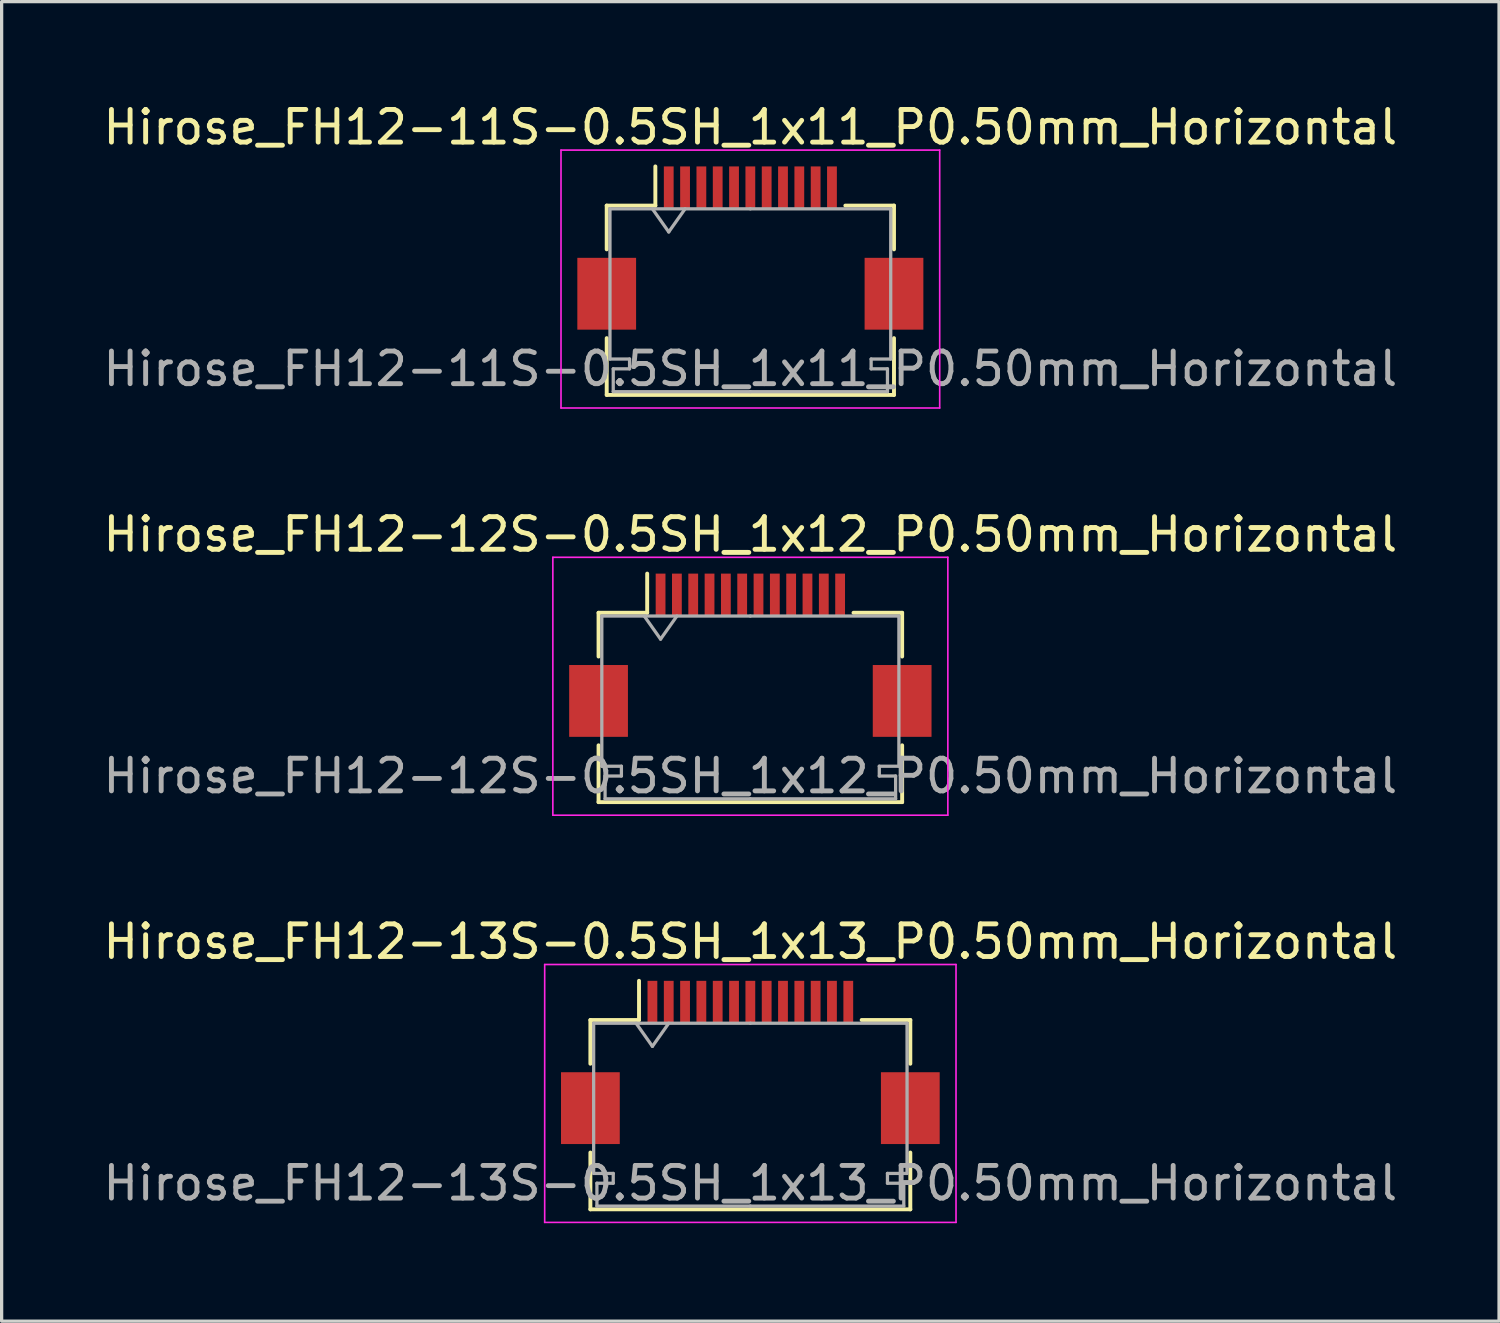
<source format=kicad_pcb>
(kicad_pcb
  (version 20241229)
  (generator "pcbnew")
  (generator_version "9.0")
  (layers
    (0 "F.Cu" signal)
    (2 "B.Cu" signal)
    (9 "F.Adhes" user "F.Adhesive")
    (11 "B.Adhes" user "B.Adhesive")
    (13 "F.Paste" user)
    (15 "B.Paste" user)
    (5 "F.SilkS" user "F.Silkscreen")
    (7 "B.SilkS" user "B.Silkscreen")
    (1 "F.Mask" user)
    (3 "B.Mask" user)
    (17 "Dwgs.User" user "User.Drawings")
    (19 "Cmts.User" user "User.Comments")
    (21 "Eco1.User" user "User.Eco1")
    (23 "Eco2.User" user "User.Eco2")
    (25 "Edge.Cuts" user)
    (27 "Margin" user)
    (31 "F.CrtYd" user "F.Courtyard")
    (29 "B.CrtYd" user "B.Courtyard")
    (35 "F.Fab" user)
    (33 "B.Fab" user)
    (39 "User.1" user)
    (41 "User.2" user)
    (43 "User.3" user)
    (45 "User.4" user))
  (footprint "Hirose_FH12-13S-0.5SH_1x13_P0.50mm_Horizontal"
    (layer "F.Cu")
    (at 19.935 29.495)
    (property "Reference" "Hirose_FH12-13S-0.5SH_1x13_P0.50mm_Horizontal" (at 0 -3.7 0) (layer "F.SilkS") (effects (font (size 1 1) (thickness 0.15))))
    (attr smd)
    (fp_line (start -4.9 -1.3) (end -4.9 0.04) (stroke (width 0.12) (type solid)) (layer "F.SilkS"))
    (fp_line (start -4.9 2.76) (end -4.9 4.5) (stroke (width 0.12) (type solid)) (layer "F.SilkS"))
    (fp_line (start -4.9 4.5) (end 4.9 4.5) (stroke (width 0.12) (type solid)) (layer "F.SilkS"))
    (fp_line (start -3.41 -1.3) (end -4.9 -1.3) (stroke (width 0.12) (type solid)) (layer "F.SilkS"))
    (fp_line (start -3.41 -1.3) (end -3.41 -2.5) (stroke (width 0.12) (type solid)) (layer "F.SilkS"))
    (fp_line (start 3.41 -1.3) (end 4.9 -1.3) (stroke (width 0.12) (type solid)) (layer "F.SilkS"))
    (fp_line (start 4.9 -1.3) (end 4.9 0.04) (stroke (width 0.12) (type solid)) (layer "F.SilkS"))
    (fp_line (start 4.9 4.5) (end 4.9 2.76) (stroke (width 0.12) (type solid)) (layer "F.SilkS"))
    (fp_line (start -6.3 -3) (end -6.3 4.9) (stroke (width 0.05) (type solid)) (layer "F.CrtYd"))
    (fp_line (start -6.3 4.9) (end 6.3 4.9) (stroke (width 0.05) (type solid)) (layer "F.CrtYd"))
    (fp_line (start 6.3 -3) (end -6.3 -3) (stroke (width 0.05) (type solid)) (layer "F.CrtYd"))
    (fp_line (start 6.3 4.9) (end 6.3 -3) (stroke (width 0.05) (type solid)) (layer "F.CrtYd"))
    (fp_line (start -4.8 -1.2) (end -4.8 3.4) (stroke (width 0.1) (type solid)) (layer "F.Fab"))
    (fp_line (start -4.8 3.4) (end -4.2 3.4) (stroke (width 0.1) (type solid)) (layer "F.Fab"))
    (fp_line (start -4.7 3.7) (end -4.7 4.4) (stroke (width 0.1) (type solid)) (layer "F.Fab"))
    (fp_line (start -4.7 4.4) (end 0 4.4) (stroke (width 0.1) (type solid)) (layer "F.Fab"))
    (fp_line (start -4.2 3.4) (end -4.2 3.7) (stroke (width 0.1) (type solid)) (layer "F.Fab"))
    (fp_line (start -4.2 3.7) (end -4.7 3.7) (stroke (width 0.1) (type solid)) (layer "F.Fab"))
    (fp_line (start -3.5 -1.2) (end -3 -0.493) (stroke (width 0.1) (type solid)) (layer "F.Fab"))
    (fp_line (start -3 -0.493) (end -2.5 -1.2) (stroke (width 0.1) (type solid)) (layer "F.Fab"))
    (fp_line (start 0 -1.2) (end -4.8 -1.2) (stroke (width 0.1) (type solid)) (layer "F.Fab"))
    (fp_line (start 0 -1.2) (end 4.8 -1.2) (stroke (width 0.1) (type solid)) (layer "F.Fab"))
    (fp_line (start 4.2 3.4) (end 4.2 3.7) (stroke (width 0.1) (type solid)) (layer "F.Fab"))
    (fp_line (start 4.2 3.7) (end 4.7 3.7) (stroke (width 0.1) (type solid)) (layer "F.Fab"))
    (fp_line (start 4.7 3.7) (end 4.7 4.4) (stroke (width 0.1) (type solid)) (layer "F.Fab"))
    (fp_line (start 4.7 4.4) (end 0 4.4) (stroke (width 0.1) (type solid)) (layer "F.Fab"))
    (fp_line (start 4.8 -1.2) (end 4.8 3.4) (stroke (width 0.1) (type solid)) (layer "F.Fab"))
    (fp_line (start 4.8 3.4) (end 4.2 3.4) (stroke (width 0.1) (type solid)) (layer "F.Fab"))
    (fp_text user "${REFERENCE}" (at 0 3.7 0) (layer "F.Fab") (effects (font (size 1 1) (thickness 0.15))))
    (pad "" smd rect (at -4.9 1.4) (size 1.8 2.2) (layers "F.Cu" "F.Mask" "F.Paste"))
    (pad "" smd rect (at 4.9 1.4) (size 1.8 2.2) (layers "F.Cu" "F.Mask" "F.Paste"))
    (pad "1" smd rect (at -3 -1.85) (size 0.3 1.3) (layers "F.Cu" "F.Mask" "F.Paste"))
    (pad "2" smd rect (at -2.5 -1.85) (size 0.3 1.3) (layers "F.Cu" "F.Mask" "F.Paste"))
    (pad "3" smd rect (at -2 -1.85) (size 0.3 1.3) (layers "F.Cu" "F.Mask" "F.Paste"))
    (pad "4" smd rect (at -1.5 -1.85) (size 0.3 1.3) (layers "F.Cu" "F.Mask" "F.Paste"))
    (pad "5" smd rect (at -1 -1.85) (size 0.3 1.3) (layers "F.Cu" "F.Mask" "F.Paste"))
    (pad "6" smd rect (at -0.5 -1.85) (size 0.3 1.3) (layers "F.Cu" "F.Mask" "F.Paste"))
    (pad "7" smd rect (at 0 -1.85) (size 0.3 1.3) (layers "F.Cu" "F.Mask" "F.Paste"))
    (pad "8" smd rect (at 0.5 -1.85) (size 0.3 1.3) (layers "F.Cu" "F.Mask" "F.Paste"))
    (pad "9" smd rect (at 1 -1.85) (size 0.3 1.3) (layers "F.Cu" "F.Mask" "F.Paste"))
    (pad "10" smd rect (at 1.5 -1.85) (size 0.3 1.3) (layers "F.Cu" "F.Mask" "F.Paste"))
    (pad "11" smd rect (at 2 -1.85) (size 0.3 1.3) (layers "F.Cu" "F.Mask" "F.Paste"))
    (pad "12" smd rect (at 2.5 -1.85) (size 0.3 1.3) (layers "F.Cu" "F.Mask" "F.Paste"))
    (pad "13" smd rect (at 3 -1.85) (size 0.3 1.3) (layers "F.Cu" "F.Mask" "F.Paste")))
  (footprint "Hirose_FH12-12S-0.5SH_1x12_P0.50mm_Horizontal"
    (layer "F.Cu")
    (at 19.935 17.021)
    (property "Reference" "Hirose_FH12-12S-0.5SH_1x12_P0.50mm_Horizontal" (at 0 -3.7 0) (layer "F.SilkS") (effects (font (size 1 1) (thickness 0.15))))
    (attr smd)
    (fp_line (start -4.65 -1.3) (end -4.65 0.04) (stroke (width 0.12) (type solid)) (layer "F.SilkS"))
    (fp_line (start -4.65 2.76) (end -4.65 4.5) (stroke (width 0.12) (type solid)) (layer "F.SilkS"))
    (fp_line (start -4.65 4.5) (end 4.65 4.5) (stroke (width 0.12) (type solid)) (layer "F.SilkS"))
    (fp_line (start -3.16 -1.3) (end -4.65 -1.3) (stroke (width 0.12) (type solid)) (layer "F.SilkS"))
    (fp_line (start -3.16 -1.3) (end -3.16 -2.5) (stroke (width 0.12) (type solid)) (layer "F.SilkS"))
    (fp_line (start 3.16 -1.3) (end 4.65 -1.3) (stroke (width 0.12) (type solid)) (layer "F.SilkS"))
    (fp_line (start 4.65 -1.3) (end 4.65 0.04) (stroke (width 0.12) (type solid)) (layer "F.SilkS"))
    (fp_line (start 4.65 4.5) (end 4.65 2.76) (stroke (width 0.12) (type solid)) (layer "F.SilkS"))
    (fp_line (start -6.05 -3) (end -6.05 4.9) (stroke (width 0.05) (type solid)) (layer "F.CrtYd"))
    (fp_line (start -6.05 4.9) (end 6.05 4.9) (stroke (width 0.05) (type solid)) (layer "F.CrtYd"))
    (fp_line (start 6.05 -3) (end -6.05 -3) (stroke (width 0.05) (type solid)) (layer "F.CrtYd"))
    (fp_line (start 6.05 4.9) (end 6.05 -3) (stroke (width 0.05) (type solid)) (layer "F.CrtYd"))
    (fp_line (start -4.55 -1.2) (end -4.55 3.4) (stroke (width 0.1) (type solid)) (layer "F.Fab"))
    (fp_line (start -4.55 3.4) (end -3.95 3.4) (stroke (width 0.1) (type solid)) (layer "F.Fab"))
    (fp_line (start -4.45 3.7) (end -4.45 4.4) (stroke (width 0.1) (type solid)) (layer "F.Fab"))
    (fp_line (start -4.45 4.4) (end 0 4.4) (stroke (width 0.1) (type solid)) (layer "F.Fab"))
    (fp_line (start -3.95 3.4) (end -3.95 3.7) (stroke (width 0.1) (type solid)) (layer "F.Fab"))
    (fp_line (start -3.95 3.7) (end -4.45 3.7) (stroke (width 0.1) (type solid)) (layer "F.Fab"))
    (fp_line (start -3.25 -1.2) (end -2.75 -0.493) (stroke (width 0.1) (type solid)) (layer "F.Fab"))
    (fp_line (start -2.75 -0.493) (end -2.25 -1.2) (stroke (width 0.1) (type solid)) (layer "F.Fab"))
    (fp_line (start 0 -1.2) (end -4.55 -1.2) (stroke (width 0.1) (type solid)) (layer "F.Fab"))
    (fp_line (start 0 -1.2) (end 4.55 -1.2) (stroke (width 0.1) (type solid)) (layer "F.Fab"))
    (fp_line (start 3.95 3.4) (end 3.95 3.7) (stroke (width 0.1) (type solid)) (layer "F.Fab"))
    (fp_line (start 3.95 3.7) (end 4.45 3.7) (stroke (width 0.1) (type solid)) (layer "F.Fab"))
    (fp_line (start 4.45 3.7) (end 4.45 4.4) (stroke (width 0.1) (type solid)) (layer "F.Fab"))
    (fp_line (start 4.45 4.4) (end 0 4.4) (stroke (width 0.1) (type solid)) (layer "F.Fab"))
    (fp_line (start 4.55 -1.2) (end 4.55 3.4) (stroke (width 0.1) (type solid)) (layer "F.Fab"))
    (fp_line (start 4.55 3.4) (end 3.95 3.4) (stroke (width 0.1) (type solid)) (layer "F.Fab"))
    (fp_text user "${REFERENCE}" (at 0 3.7 0) (layer "F.Fab") (effects (font (size 1 1) (thickness 0.15))))
    (pad "" smd rect (at -4.65 1.4) (size 1.8 2.2) (layers "F.Cu" "F.Mask" "F.Paste"))
    (pad "" smd rect (at 4.65 1.4) (size 1.8 2.2) (layers "F.Cu" "F.Mask" "F.Paste"))
    (pad "1" smd rect (at -2.75 -1.85) (size 0.3 1.3) (layers "F.Cu" "F.Mask" "F.Paste"))
    (pad "2" smd rect (at -2.25 -1.85) (size 0.3 1.3) (layers "F.Cu" "F.Mask" "F.Paste"))
    (pad "3" smd rect (at -1.75 -1.85) (size 0.3 1.3) (layers "F.Cu" "F.Mask" "F.Paste"))
    (pad "4" smd rect (at -1.25 -1.85) (size 0.3 1.3) (layers "F.Cu" "F.Mask" "F.Paste"))
    (pad "5" smd rect (at -0.75 -1.85) (size 0.3 1.3) (layers "F.Cu" "F.Mask" "F.Paste"))
    (pad "6" smd rect (at -0.25 -1.85) (size 0.3 1.3) (layers "F.Cu" "F.Mask" "F.Paste"))
    (pad "7" smd rect (at 0.25 -1.85) (size 0.3 1.3) (layers "F.Cu" "F.Mask" "F.Paste"))
    (pad "8" smd rect (at 0.75 -1.85) (size 0.3 1.3) (layers "F.Cu" "F.Mask" "F.Paste"))
    (pad "9" smd rect (at 1.25 -1.85) (size 0.3 1.3) (layers "F.Cu" "F.Mask" "F.Paste"))
    (pad "10" smd rect (at 1.75 -1.85) (size 0.3 1.3) (layers "F.Cu" "F.Mask" "F.Paste"))
    (pad "11" smd rect (at 2.25 -1.85) (size 0.3 1.3) (layers "F.Cu" "F.Mask" "F.Paste"))
    (pad "12" smd rect (at 2.75 -1.85) (size 0.3 1.3) (layers "F.Cu" "F.Mask" "F.Paste")))
  (footprint "Hirose_FH12-11S-0.5SH_1x11_P0.50mm_Horizontal"
    (layer "F.Cu")
    (at 19.935 4.548)
    (property "Reference" "Hirose_FH12-11S-0.5SH_1x11_P0.50mm_Horizontal" (at 0 -3.7 0) (layer "F.SilkS") (effects (font (size 1 1) (thickness 0.15))))
    (attr smd)
    (fp_line (start -4.4 -1.3) (end -4.4 0.04) (stroke (width 0.12) (type solid)) (layer "F.SilkS"))
    (fp_line (start -4.4 2.76) (end -4.4 4.5) (stroke (width 0.12) (type solid)) (layer "F.SilkS"))
    (fp_line (start -4.4 4.5) (end 4.4 4.5) (stroke (width 0.12) (type solid)) (layer "F.SilkS"))
    (fp_line (start -2.91 -1.3) (end -4.4 -1.3) (stroke (width 0.12) (type solid)) (layer "F.SilkS"))
    (fp_line (start -2.91 -1.3) (end -2.91 -2.5) (stroke (width 0.12) (type solid)) (layer "F.SilkS"))
    (fp_line (start 2.91 -1.3) (end 4.4 -1.3) (stroke (width 0.12) (type solid)) (layer "F.SilkS"))
    (fp_line (start 4.4 -1.3) (end 4.4 0.04) (stroke (width 0.12) (type solid)) (layer "F.SilkS"))
    (fp_line (start 4.4 4.5) (end 4.4 2.76) (stroke (width 0.12) (type solid)) (layer "F.SilkS"))
    (fp_line (start -5.8 -3) (end -5.8 4.9) (stroke (width 0.05) (type solid)) (layer "F.CrtYd"))
    (fp_line (start -5.8 4.9) (end 5.8 4.9) (stroke (width 0.05) (type solid)) (layer "F.CrtYd"))
    (fp_line (start 5.8 -3) (end -5.8 -3) (stroke (width 0.05) (type solid)) (layer "F.CrtYd"))
    (fp_line (start 5.8 4.9) (end 5.8 -3) (stroke (width 0.05) (type solid)) (layer "F.CrtYd"))
    (fp_line (start -4.3 -1.2) (end -4.3 3.4) (stroke (width 0.1) (type solid)) (layer "F.Fab"))
    (fp_line (start -4.3 3.4) (end -3.7 3.4) (stroke (width 0.1) (type solid)) (layer "F.Fab"))
    (fp_line (start -4.2 3.7) (end -4.2 4.4) (stroke (width 0.1) (type solid)) (layer "F.Fab"))
    (fp_line (start -4.2 4.4) (end 0 4.4) (stroke (width 0.1) (type solid)) (layer "F.Fab"))
    (fp_line (start -3.7 3.4) (end -3.7 3.7) (stroke (width 0.1) (type solid)) (layer "F.Fab"))
    (fp_line (start -3.7 3.7) (end -4.2 3.7) (stroke (width 0.1) (type solid)) (layer "F.Fab"))
    (fp_line (start -3 -1.2) (end -2.5 -0.493) (stroke (width 0.1) (type solid)) (layer "F.Fab"))
    (fp_line (start -2.5 -0.493) (end -2 -1.2) (stroke (width 0.1) (type solid)) (layer "F.Fab"))
    (fp_line (start 0 -1.2) (end -4.3 -1.2) (stroke (width 0.1) (type solid)) (layer "F.Fab"))
    (fp_line (start 0 -1.2) (end 4.3 -1.2) (stroke (width 0.1) (type solid)) (layer "F.Fab"))
    (fp_line (start 3.7 3.4) (end 3.7 3.7) (stroke (width 0.1) (type solid)) (layer "F.Fab"))
    (fp_line (start 3.7 3.7) (end 4.2 3.7) (stroke (width 0.1) (type solid)) (layer "F.Fab"))
    (fp_line (start 4.2 3.7) (end 4.2 4.4) (stroke (width 0.1) (type solid)) (layer "F.Fab"))
    (fp_line (start 4.2 4.4) (end 0 4.4) (stroke (width 0.1) (type solid)) (layer "F.Fab"))
    (fp_line (start 4.3 -1.2) (end 4.3 3.4) (stroke (width 0.1) (type solid)) (layer "F.Fab"))
    (fp_line (start 4.3 3.4) (end 3.7 3.4) (stroke (width 0.1) (type solid)) (layer "F.Fab"))
    (fp_text user "${REFERENCE}" (at 0 3.7 0) (layer "F.Fab") (effects (font (size 1 1) (thickness 0.15))))
    (pad "" smd rect (at -4.4 1.4) (size 1.8 2.2) (layers "F.Cu" "F.Mask" "F.Paste"))
    (pad "" smd rect (at 4.4 1.4) (size 1.8 2.2) (layers "F.Cu" "F.Mask" "F.Paste"))
    (pad "1" smd rect (at -2.5 -1.85) (size 0.3 1.3) (layers "F.Cu" "F.Mask" "F.Paste"))
    (pad "2" smd rect (at -2 -1.85) (size 0.3 1.3) (layers "F.Cu" "F.Mask" "F.Paste"))
    (pad "3" smd rect (at -1.5 -1.85) (size 0.3 1.3) (layers "F.Cu" "F.Mask" "F.Paste"))
    (pad "4" smd rect (at -1 -1.85) (size 0.3 1.3) (layers "F.Cu" "F.Mask" "F.Paste"))
    (pad "5" smd rect (at -0.5 -1.85) (size 0.3 1.3) (layers "F.Cu" "F.Mask" "F.Paste"))
    (pad "6" smd rect (at 0 -1.85) (size 0.3 1.3) (layers "F.Cu" "F.Mask" "F.Paste"))
    (pad "7" smd rect (at 0.5 -1.85) (size 0.3 1.3) (layers "F.Cu" "F.Mask" "F.Paste"))
    (pad "8" smd rect (at 1 -1.85) (size 0.3 1.3) (layers "F.Cu" "F.Mask" "F.Paste"))
    (pad "9" smd rect (at 1.5 -1.85) (size 0.3 1.3) (layers "F.Cu" "F.Mask" "F.Paste"))
    (pad "10" smd rect (at 2 -1.85) (size 0.3 1.3) (layers "F.Cu" "F.Mask" "F.Paste"))
    (pad "11" smd rect (at 2.5 -1.85) (size 0.3 1.3) (layers "F.Cu" "F.Mask" "F.Paste")))
  (gr_rect
    (start -3 -3)
    (end 42.869 37.42)
    (stroke (width 0.1) (type default))
    (fill no)
    (layer "Edge.Cuts")))
</source>
